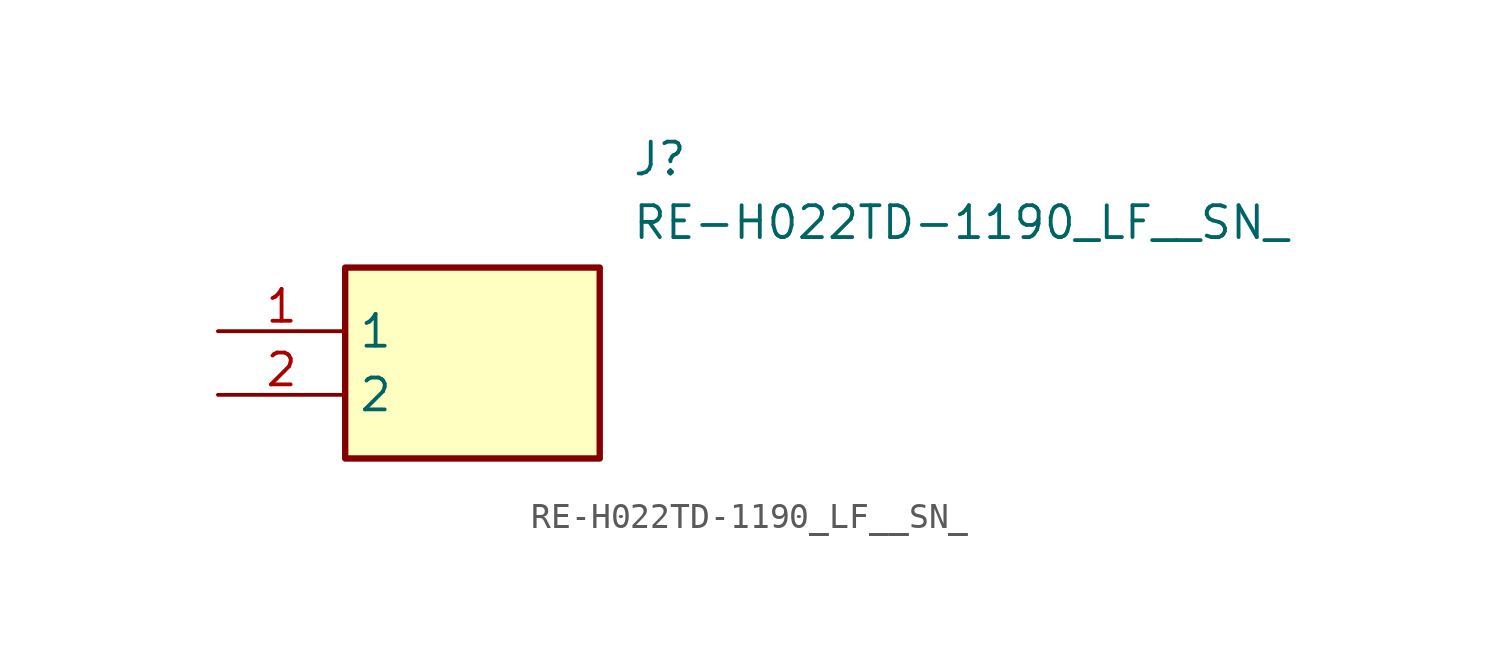
<source format=kicad_sym>
(kicad_symbol_lib
  (version 20211014)
  (generator SamacSys_ECAD_Model)
  (symbol "RE-H022TD-1190_LF__SN_"
    (property "Reference" "J"
      (at 16.51 7.62 0)
      (effects (font (size 1.27 1.27)) (justify left top)))
    (property "Value" "RE-H022TD-1190_LF__SN_"
      (at 16.51 5.08 0)
      (effects (font (size 1.27 1.27)) (justify left top)))
    (rectangle
      (start 5.08 2.54)
      (end 15.24 -5.08)
      (stroke (width 0.254) (type default))
      (fill (type background)))
    (pin passive line
      (at 0 0 0)
      (length 5.08)
      (name "1" (effects (font (size 1.27 1.27))))
      (number "1" (effects (font (size 1.27 1.27)))))
    (pin passive line
      (at 0 -2.54 0)
      (length 5.08)
      (name "2" (effects (font (size 1.27 1.27))))
      (number "2" (effects (font (size 1.27 1.27)))))))
</source>
